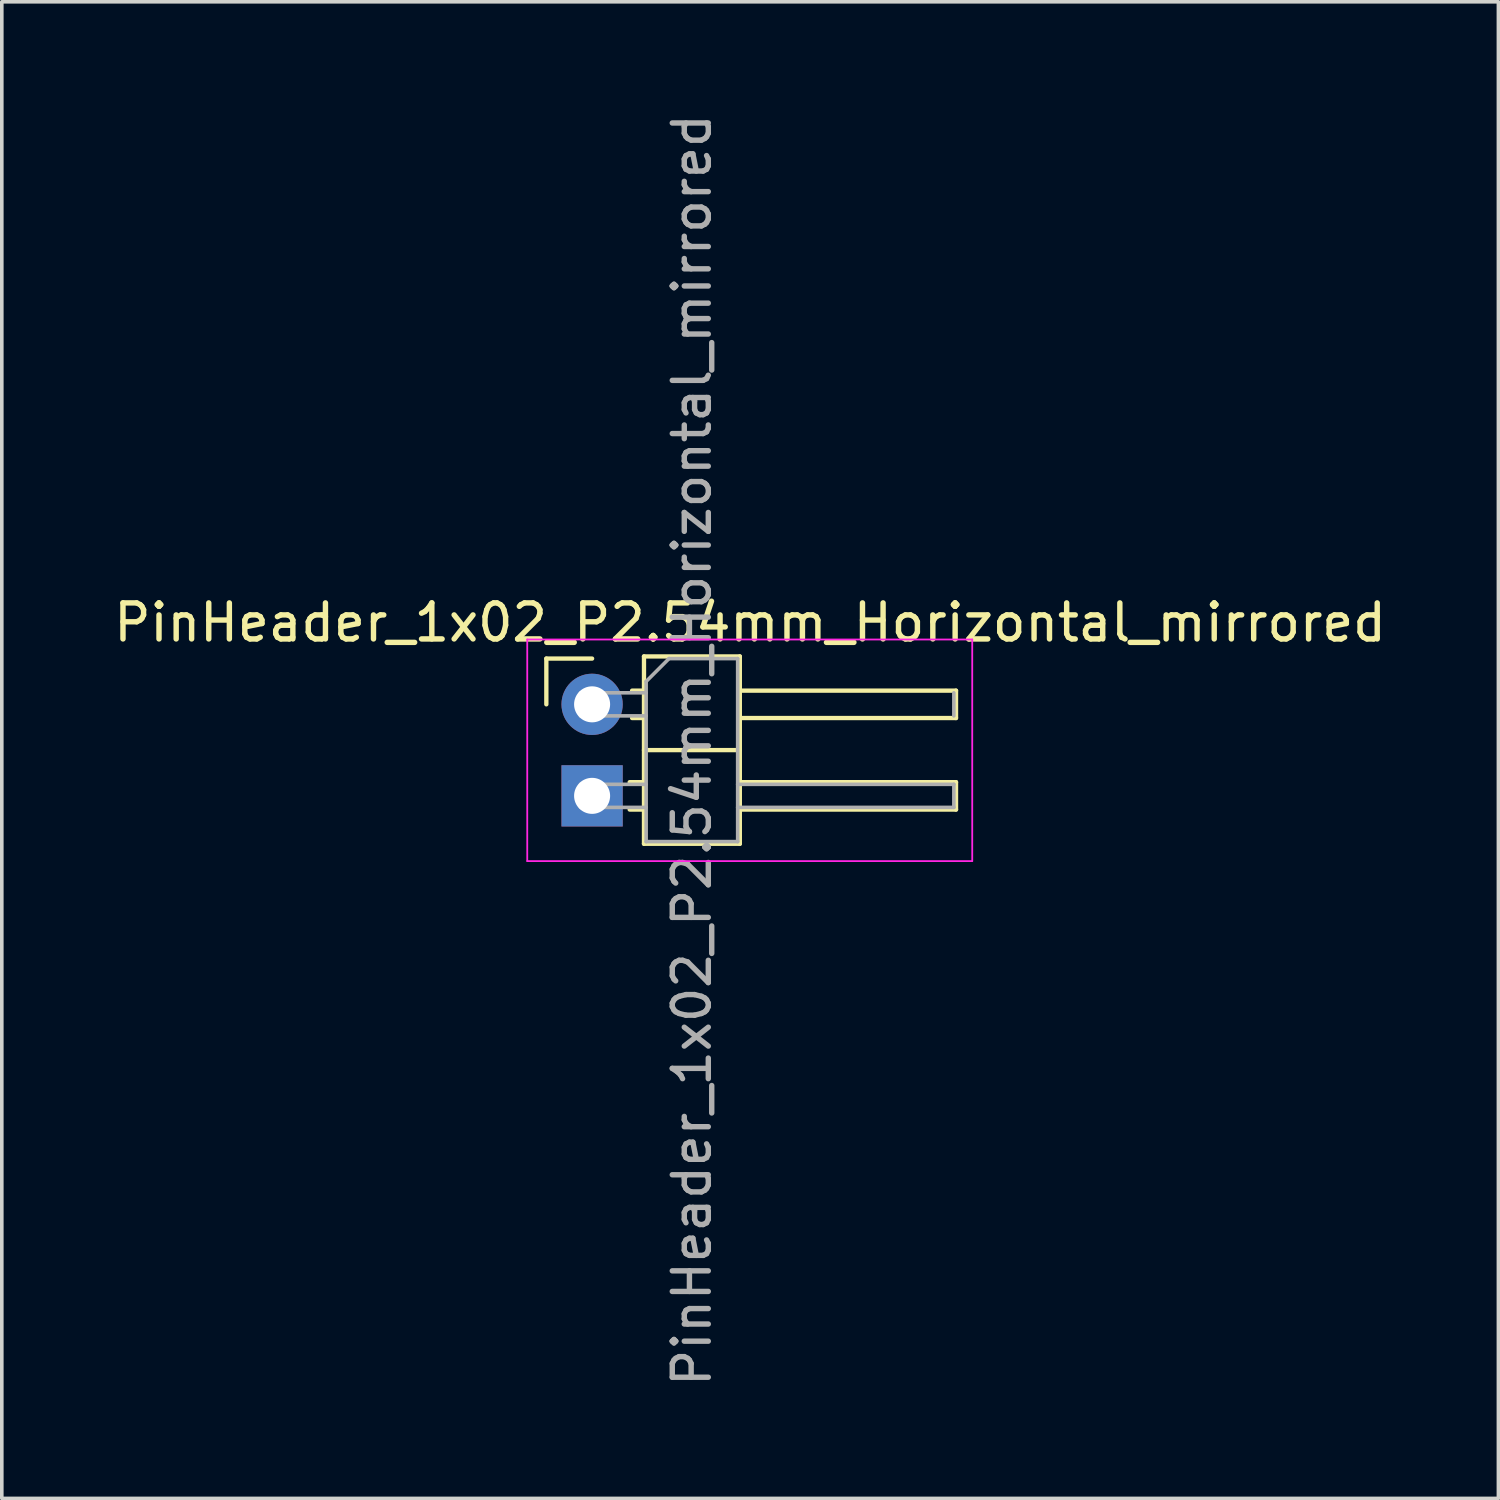
<source format=kicad_pcb>
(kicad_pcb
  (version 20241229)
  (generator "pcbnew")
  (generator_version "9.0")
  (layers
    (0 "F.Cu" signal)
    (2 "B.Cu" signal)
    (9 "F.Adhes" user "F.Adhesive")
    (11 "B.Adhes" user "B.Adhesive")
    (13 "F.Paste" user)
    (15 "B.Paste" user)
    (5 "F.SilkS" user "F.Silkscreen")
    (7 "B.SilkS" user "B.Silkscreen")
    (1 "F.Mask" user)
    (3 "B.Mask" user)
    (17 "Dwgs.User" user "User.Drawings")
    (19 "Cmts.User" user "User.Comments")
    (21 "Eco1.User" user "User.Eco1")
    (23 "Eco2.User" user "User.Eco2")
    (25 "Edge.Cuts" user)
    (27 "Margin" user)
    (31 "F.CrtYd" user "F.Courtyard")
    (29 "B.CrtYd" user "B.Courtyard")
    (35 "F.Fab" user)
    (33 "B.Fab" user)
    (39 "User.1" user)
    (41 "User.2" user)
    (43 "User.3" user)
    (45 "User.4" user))
  (footprint "PinHeader_1x02_P2.54mm_Horizontal_mirrored"
    (layer "F.Cu")
    (at 13.383 16.498)
    (property "Reference" "PinHeader_1x02_P2.54mm_Horizontal_mirrored" (at 4.385 -2.27 0) (layer "F.SilkS") (effects (font (size 1 1) (thickness 0.15))))
    (attr through_hole)
    (fp_line (start -1.27 -1.27) (end 0 -1.27) (stroke (width 0.12) (type solid)) (layer "F.SilkS"))
    (fp_line (start -1.27 0) (end -1.27 -1.27) (stroke (width 0.12) (type solid)) (layer "F.SilkS"))
    (fp_line (start 1.043 2.16) (end 1.44 2.16) (stroke (width 0.12) (type solid)) (layer "F.SilkS"))
    (fp_line (start 1.043 2.92) (end 1.44 2.92) (stroke (width 0.12) (type solid)) (layer "F.SilkS"))
    (fp_line (start 1.11 -0.38) (end 1.44 -0.38) (stroke (width 0.12) (type solid)) (layer "F.SilkS"))
    (fp_line (start 1.11 0.38) (end 1.44 0.38) (stroke (width 0.12) (type solid)) (layer "F.SilkS"))
    (fp_line (start 1.44 -1.33) (end 1.44 3.87) (stroke (width 0.12) (type solid)) (layer "F.SilkS"))
    (fp_line (start 1.44 1.27) (end 4.1 1.27) (stroke (width 0.12) (type solid)) (layer "F.SilkS"))
    (fp_line (start 1.44 3.87) (end 4.1 3.87) (stroke (width 0.12) (type solid)) (layer "F.SilkS"))
    (fp_line (start 4.1 -1.33) (end 1.44 -1.33) (stroke (width 0.12) (type solid)) (layer "F.SilkS"))
    (fp_line (start 4.1 -0.38) (end 10.1 -0.38) (stroke (width 0.12) (type solid)) (layer "F.SilkS"))
    (fp_line (start 4.1 2.16) (end 10.1 2.16) (stroke (width 0.12) (type solid)) (layer "F.SilkS"))
    (fp_line (start 4.1 3.87) (end 4.1 -1.33) (stroke (width 0.12) (type solid)) (layer "F.SilkS"))
    (fp_line (start 10.1 -0.38) (end 10.1 0.38) (stroke (width 0.12) (type solid)) (layer "F.SilkS"))
    (fp_line (start 10.1 0.38) (end 4.1 0.38) (stroke (width 0.12) (type solid)) (layer "F.SilkS"))
    (fp_line (start 10.1 2.16) (end 10.1 2.92) (stroke (width 0.12) (type solid)) (layer "F.SilkS"))
    (fp_line (start 10.1 2.92) (end 4.1 2.92) (stroke (width 0.12) (type solid)) (layer "F.SilkS"))
    (fp_line (start -1.8 -1.8) (end -1.8 4.35) (stroke (width 0.05) (type solid)) (layer "F.CrtYd"))
    (fp_line (start -1.8 4.35) (end 10.55 4.35) (stroke (width 0.05) (type solid)) (layer "F.CrtYd"))
    (fp_line (start 10.55 -1.8) (end -1.8 -1.8) (stroke (width 0.05) (type solid)) (layer "F.CrtYd"))
    (fp_line (start 10.55 4.35) (end 10.55 -1.8) (stroke (width 0.05) (type solid)) (layer "F.CrtYd"))
    (fp_line (start -0.32 -0.32) (end -0.32 0.32) (stroke (width 0.1) (type solid)) (layer "F.Fab"))
    (fp_line (start -0.32 -0.32) (end 1.5 -0.32) (stroke (width 0.1) (type solid)) (layer "F.Fab"))
    (fp_line (start -0.32 0.32) (end 1.5 0.32) (stroke (width 0.1) (type solid)) (layer "F.Fab"))
    (fp_line (start -0.32 2.22) (end -0.32 2.86) (stroke (width 0.1) (type solid)) (layer "F.Fab"))
    (fp_line (start -0.32 2.22) (end 1.5 2.22) (stroke (width 0.1) (type solid)) (layer "F.Fab"))
    (fp_line (start -0.32 2.86) (end 1.5 2.86) (stroke (width 0.1) (type solid)) (layer "F.Fab"))
    (fp_line (start 1.5 -0.635) (end 2.135 -1.27) (stroke (width 0.1) (type solid)) (layer "F.Fab"))
    (fp_line (start 1.5 3.81) (end 1.5 -0.635) (stroke (width 0.1) (type solid)) (layer "F.Fab"))
    (fp_line (start 2.135 -1.27) (end 4.04 -1.27) (stroke (width 0.1) (type solid)) (layer "F.Fab"))
    (fp_line (start 4.04 -1.27) (end 4.04 3.81) (stroke (width 0.1) (type solid)) (layer "F.Fab"))
    (fp_line (start 4.04 2.22) (end 10.04 2.22) (stroke (width 0.1) (type solid)) (layer "F.Fab"))
    (fp_line (start 4.04 2.86) (end 10.04 2.86) (stroke (width 0.1) (type solid)) (layer "F.Fab"))
    (fp_line (start 4.04 3.81) (end 1.5 3.81) (stroke (width 0.1) (type solid)) (layer "F.Fab"))
    (fp_line (start 10.04 -0.32) (end 10.04 0.32) (stroke (width 0.1) (type solid)) (layer "F.Fab"))
    (fp_line (start 10.04 2.22) (end 10.04 2.86) (stroke (width 0.1) (type solid)) (layer "F.Fab"))
    (fp_text user "${REFERENCE}" (at 2.77 1.27 90) (layer "F.Fab") (effects (font (size 1 1) (thickness 0.15))))
    (pad "1" thru_hole rect (at 0 2.54) (size 1.7 1.7) (drill 1) (layers "*.Cu" "*.Mask"))
    (pad "2" thru_hole oval (at 0 0) (size 1.7 1.7) (drill 1) (layers "*.Cu" "*.Mask")))
  (gr_rect
    (start -3 -3)
    (end 38.536 38.536)
    (stroke (width 0.1) (type default))
    (fill no)
    (layer "Edge.Cuts")))
</source>
